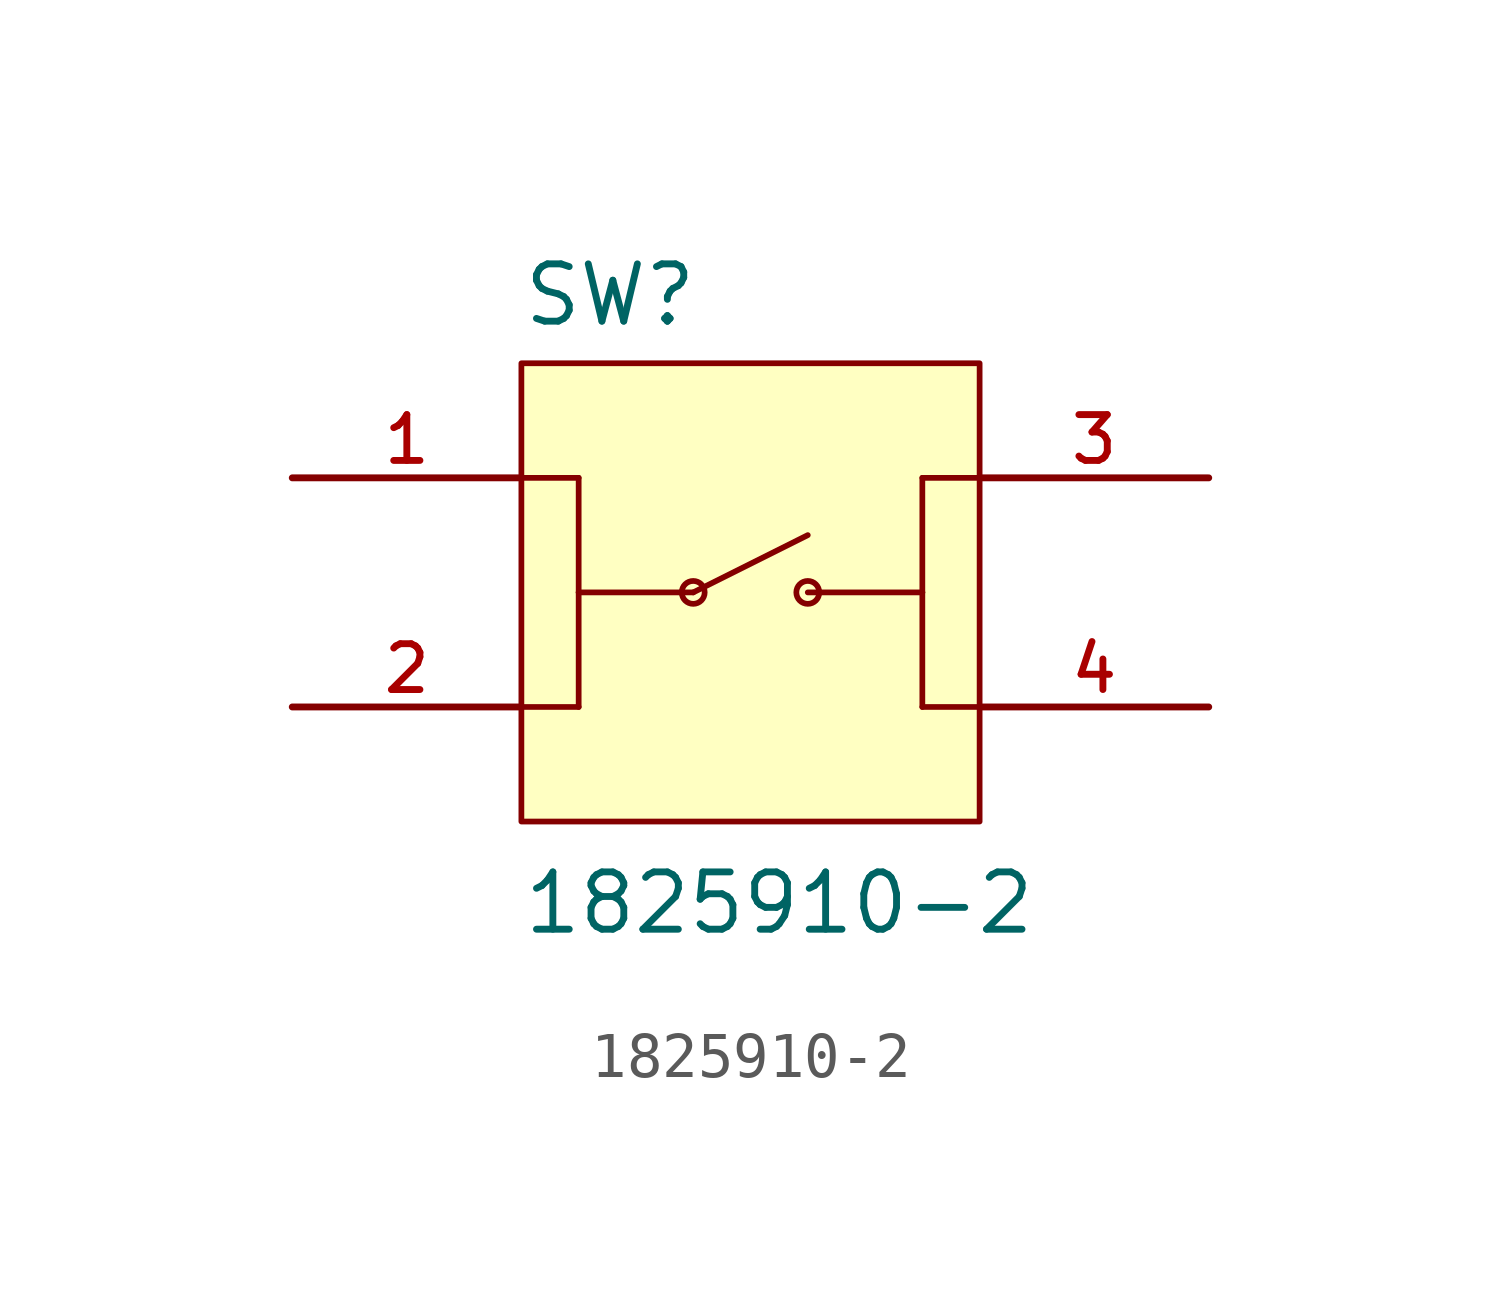
<source format=kicad_sym>
(kicad_symbol_lib
  (version 20211014)
  (generator kicad_symbol_editor)
  (symbol "1825910-2"
    (pin_names
      (offset 1.016))
    (property "Reference" "SW"
      (at -5.088 5.851 0)
      (effects (font (size 1.27 1.27)) (justify bottom left)))
    (property "Value" "1825910-2"
      (at -5.087 -7.631 0)
      (effects (font (size 1.27 1.27)) (justify bottom left)))
    (symbol "1825910-2_0_0"
      (polyline (pts (xy -1.27 0.0) (xy 1.27 1.27)) (stroke (width 0.127)))
      (circle (center -1.27 0.0) (radius 0.254) (stroke (width 0.127)) (fill (type none)))
      (circle (center 1.27 0.0) (radius 0.254) (stroke (width 0.127)) (fill (type none)))
      (polyline (pts (xy -5.08 2.54) (xy -3.81 2.54)) (stroke (width 0.127)))
      (polyline (pts (xy -3.81 2.54) (xy -3.81 0.0)) (stroke (width 0.127)))
      (polyline (pts (xy -3.81 0.0) (xy -3.81 -2.54)) (stroke (width 0.127)))
      (polyline (pts (xy -3.81 -2.54) (xy -5.08 -2.54)) (stroke (width 0.127)))
      (polyline (pts (xy -3.81 0.0) (xy -1.27 0.0)) (stroke (width 0.127)))
      (polyline (pts (xy 1.27 0.0) (xy 3.81 0.0)) (stroke (width 0.127)))
      (polyline (pts (xy 3.81 0.0) (xy 3.81 2.54)) (stroke (width 0.127)))
      (polyline (pts (xy 3.81 2.54) (xy 5.08 2.54)) (stroke (width 0.127)))
      (polyline (pts (xy 3.81 0.0) (xy 3.81 -2.54)) (stroke (width 0.127)))
      (polyline (pts (xy 3.81 -2.54) (xy 5.08 -2.54)) (stroke (width 0.127)))
      (rectangle (start -5.08 -5.08) (end 5.08 5.08) (stroke (width 0.127)) (fill (type background)))
      (pin passive line (at -10.16 2.54 0) (length 5.08) (name "~" (effects (font (size 1.016 1.016)))) (number "1" (effects (font (size 1.016 1.016)))))
      (pin passive line (at -10.16 -2.54 0) (length 5.08) (name "~" (effects (font (size 1.016 1.016)))) (number "2" (effects (font (size 1.016 1.016)))))
      (pin passive line (at 10.16 2.54 180.0) (length 5.08) (name "~" (effects (font (size 1.016 1.016)))) (number "3" (effects (font (size 1.016 1.016)))))
      (pin passive line (at 10.16 -2.54 180.0) (length 5.08) (name "~" (effects (font (size 1.016 1.016)))) (number "4" (effects (font (size 1.016 1.016))))))))
</source>
